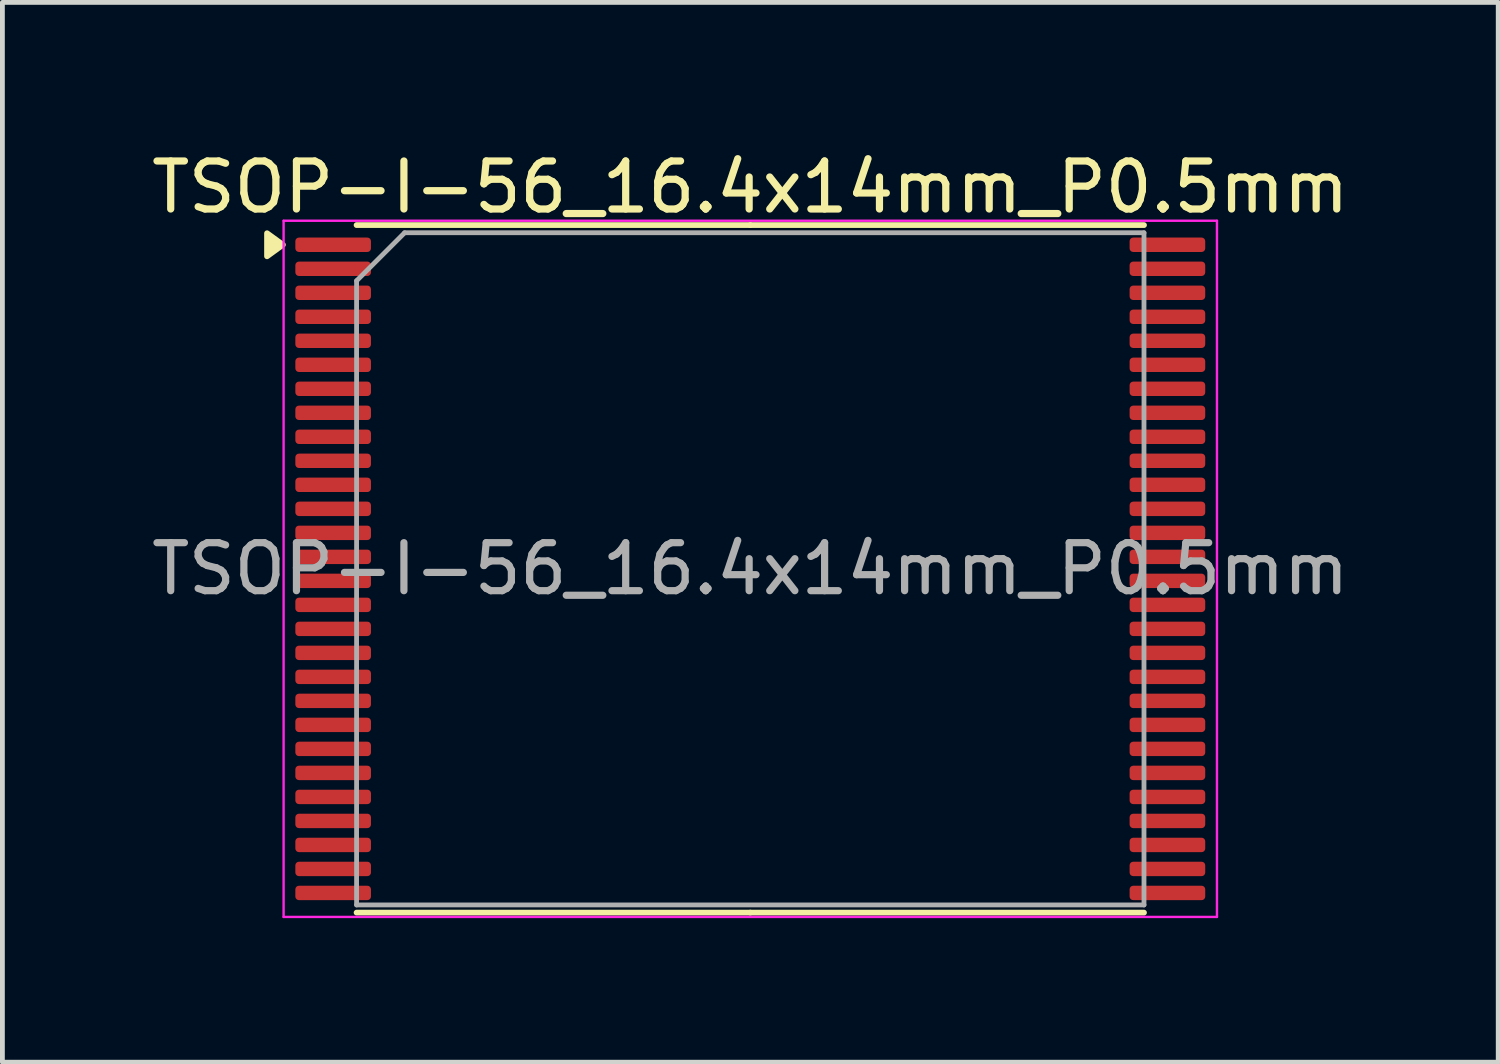
<source format=kicad_pcb>
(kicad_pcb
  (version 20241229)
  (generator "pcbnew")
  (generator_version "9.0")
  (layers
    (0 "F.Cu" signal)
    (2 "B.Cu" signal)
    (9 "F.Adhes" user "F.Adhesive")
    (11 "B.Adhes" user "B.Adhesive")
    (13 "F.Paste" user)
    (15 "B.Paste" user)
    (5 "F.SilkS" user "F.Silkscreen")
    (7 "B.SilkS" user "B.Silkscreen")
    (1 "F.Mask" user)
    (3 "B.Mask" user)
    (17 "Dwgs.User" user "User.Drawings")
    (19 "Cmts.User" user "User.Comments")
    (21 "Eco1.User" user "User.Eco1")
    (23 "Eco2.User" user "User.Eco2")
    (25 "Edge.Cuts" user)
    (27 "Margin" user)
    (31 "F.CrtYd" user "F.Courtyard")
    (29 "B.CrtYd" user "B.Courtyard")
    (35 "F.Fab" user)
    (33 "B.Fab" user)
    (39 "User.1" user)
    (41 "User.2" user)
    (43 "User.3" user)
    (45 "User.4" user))
  (footprint "TSOP-I-56_16.4x14mm_P0.5mm"
    (layer "F.Cu")
    (at 12.577 8.798)
    (property "Reference" "TSOP-I-56_16.4x14mm_P0.5mm" (at 0 -7.95 0) (layer "F.SilkS") (effects (font (size 1 1) (thickness 0.15))))
    (attr smd)
    (fp_line (start 0 -7.16) (end -8.2 -7.16) (stroke (width 0.12) (type solid)) (layer "F.SilkS"))
    (fp_line (start 0 -7.16) (end 8.2 -7.16) (stroke (width 0.12) (type solid)) (layer "F.SilkS"))
    (fp_line (start 0 7.16) (end -8.2 7.16) (stroke (width 0.12) (type solid)) (layer "F.SilkS"))
    (fp_line (start 0 7.16) (end 8.2 7.16) (stroke (width 0.12) (type solid)) (layer "F.SilkS"))
    (fp_poly (pts (xy -9.735 -6.75) (xy -10.065 -6.51) (xy -10.065 -6.99) (xy -9.735 -6.75)) (stroke (width 0.12) (type solid)) (fill yes) (layer "F.SilkS"))
    (fp_line (start -9.72 -7.25) (end -9.72 7.25) (stroke (width 0.05) (type solid)) (layer "F.CrtYd"))
    (fp_line (start -9.72 7.25) (end 9.72 7.25) (stroke (width 0.05) (type solid)) (layer "F.CrtYd"))
    (fp_line (start 9.72 -7.25) (end -9.72 -7.25) (stroke (width 0.05) (type solid)) (layer "F.CrtYd"))
    (fp_line (start 9.72 7.25) (end 9.72 -7.25) (stroke (width 0.05) (type solid)) (layer "F.CrtYd"))
    (fp_line (start -8.2 -6) (end -7.2 -7) (stroke (width 0.1) (type solid)) (layer "F.Fab"))
    (fp_line (start -8.2 7) (end -8.2 -6) (stroke (width 0.1) (type solid)) (layer "F.Fab"))
    (fp_line (start -7.2 -7) (end 8.2 -7) (stroke (width 0.1) (type solid)) (layer "F.Fab"))
    (fp_line (start 8.2 -7) (end 8.2 7) (stroke (width 0.1) (type solid)) (layer "F.Fab"))
    (fp_line (start 8.2 7) (end -8.2 7) (stroke (width 0.1) (type solid)) (layer "F.Fab"))
    (fp_text user "${REFERENCE}" (at 0 0 0) (layer "F.Fab") (effects (font (size 1 1) (thickness 0.15))))
    (pad "1" smd roundrect (at -8.688 -6.75) (size 1.575 0.3) (layers "F.Cu" "F.Mask" "F.Paste") (roundrect_rratio 0.25))
    (pad "2" smd roundrect (at -8.688 -6.25) (size 1.575 0.3) (layers "F.Cu" "F.Mask" "F.Paste") (roundrect_rratio 0.25))
    (pad "3" smd roundrect (at -8.688 -5.75) (size 1.575 0.3) (layers "F.Cu" "F.Mask" "F.Paste") (roundrect_rratio 0.25))
    (pad "4" smd roundrect (at -8.688 -5.25) (size 1.575 0.3) (layers "F.Cu" "F.Mask" "F.Paste") (roundrect_rratio 0.25))
    (pad "5" smd roundrect (at -8.688 -4.75) (size 1.575 0.3) (layers "F.Cu" "F.Mask" "F.Paste") (roundrect_rratio 0.25))
    (pad "6" smd roundrect (at -8.688 -4.25) (size 1.575 0.3) (layers "F.Cu" "F.Mask" "F.Paste") (roundrect_rratio 0.25))
    (pad "7" smd roundrect (at -8.688 -3.75) (size 1.575 0.3) (layers "F.Cu" "F.Mask" "F.Paste") (roundrect_rratio 0.25))
    (pad "8" smd roundrect (at -8.688 -3.25) (size 1.575 0.3) (layers "F.Cu" "F.Mask" "F.Paste") (roundrect_rratio 0.25))
    (pad "9" smd roundrect (at -8.688 -2.75) (size 1.575 0.3) (layers "F.Cu" "F.Mask" "F.Paste") (roundrect_rratio 0.25))
    (pad "10" smd roundrect (at -8.688 -2.25) (size 1.575 0.3) (layers "F.Cu" "F.Mask" "F.Paste") (roundrect_rratio 0.25))
    (pad "11" smd roundrect (at -8.688 -1.75) (size 1.575 0.3) (layers "F.Cu" "F.Mask" "F.Paste") (roundrect_rratio 0.25))
    (pad "12" smd roundrect (at -8.688 -1.25) (size 1.575 0.3) (layers "F.Cu" "F.Mask" "F.Paste") (roundrect_rratio 0.25))
    (pad "13" smd roundrect (at -8.688 -0.75) (size 1.575 0.3) (layers "F.Cu" "F.Mask" "F.Paste") (roundrect_rratio 0.25))
    (pad "14" smd roundrect (at -8.688 -0.25) (size 1.575 0.3) (layers "F.Cu" "F.Mask" "F.Paste") (roundrect_rratio 0.25))
    (pad "15" smd roundrect (at -8.688 0.25) (size 1.575 0.3) (layers "F.Cu" "F.Mask" "F.Paste") (roundrect_rratio 0.25))
    (pad "16" smd roundrect (at -8.688 0.75) (size 1.575 0.3) (layers "F.Cu" "F.Mask" "F.Paste") (roundrect_rratio 0.25))
    (pad "17" smd roundrect (at -8.688 1.25) (size 1.575 0.3) (layers "F.Cu" "F.Mask" "F.Paste") (roundrect_rratio 0.25))
    (pad "18" smd roundrect (at -8.688 1.75) (size 1.575 0.3) (layers "F.Cu" "F.Mask" "F.Paste") (roundrect_rratio 0.25))
    (pad "19" smd roundrect (at -8.688 2.25) (size 1.575 0.3) (layers "F.Cu" "F.Mask" "F.Paste") (roundrect_rratio 0.25))
    (pad "20" smd roundrect (at -8.688 2.75) (size 1.575 0.3) (layers "F.Cu" "F.Mask" "F.Paste") (roundrect_rratio 0.25))
    (pad "21" smd roundrect (at -8.688 3.25) (size 1.575 0.3) (layers "F.Cu" "F.Mask" "F.Paste") (roundrect_rratio 0.25))
    (pad "22" smd roundrect (at -8.688 3.75) (size 1.575 0.3) (layers "F.Cu" "F.Mask" "F.Paste") (roundrect_rratio 0.25))
    (pad "23" smd roundrect (at -8.688 4.25) (size 1.575 0.3) (layers "F.Cu" "F.Mask" "F.Paste") (roundrect_rratio 0.25))
    (pad "24" smd roundrect (at -8.688 4.75) (size 1.575 0.3) (layers "F.Cu" "F.Mask" "F.Paste") (roundrect_rratio 0.25))
    (pad "25" smd roundrect (at -8.688 5.25) (size 1.575 0.3) (layers "F.Cu" "F.Mask" "F.Paste") (roundrect_rratio 0.25))
    (pad "26" smd roundrect (at -8.688 5.75) (size 1.575 0.3) (layers "F.Cu" "F.Mask" "F.Paste") (roundrect_rratio 0.25))
    (pad "27" smd roundrect (at -8.688 6.25) (size 1.575 0.3) (layers "F.Cu" "F.Mask" "F.Paste") (roundrect_rratio 0.25))
    (pad "28" smd roundrect (at -8.688 6.75) (size 1.575 0.3) (layers "F.Cu" "F.Mask" "F.Paste") (roundrect_rratio 0.25))
    (pad "29" smd roundrect (at 8.688 6.75) (size 1.575 0.3) (layers "F.Cu" "F.Mask" "F.Paste") (roundrect_rratio 0.25))
    (pad "30" smd roundrect (at 8.688 6.25) (size 1.575 0.3) (layers "F.Cu" "F.Mask" "F.Paste") (roundrect_rratio 0.25))
    (pad "31" smd roundrect (at 8.688 5.75) (size 1.575 0.3) (layers "F.Cu" "F.Mask" "F.Paste") (roundrect_rratio 0.25))
    (pad "32" smd roundrect (at 8.688 5.25) (size 1.575 0.3) (layers "F.Cu" "F.Mask" "F.Paste") (roundrect_rratio 0.25))
    (pad "33" smd roundrect (at 8.688 4.75) (size 1.575 0.3) (layers "F.Cu" "F.Mask" "F.Paste") (roundrect_rratio 0.25))
    (pad "34" smd roundrect (at 8.688 4.25) (size 1.575 0.3) (layers "F.Cu" "F.Mask" "F.Paste") (roundrect_rratio 0.25))
    (pad "35" smd roundrect (at 8.688 3.75) (size 1.575 0.3) (layers "F.Cu" "F.Mask" "F.Paste") (roundrect_rratio 0.25))
    (pad "36" smd roundrect (at 8.688 3.25) (size 1.575 0.3) (layers "F.Cu" "F.Mask" "F.Paste") (roundrect_rratio 0.25))
    (pad "37" smd roundrect (at 8.688 2.75) (size 1.575 0.3) (layers "F.Cu" "F.Mask" "F.Paste") (roundrect_rratio 0.25))
    (pad "38" smd roundrect (at 8.688 2.25) (size 1.575 0.3) (layers "F.Cu" "F.Mask" "F.Paste") (roundrect_rratio 0.25))
    (pad "39" smd roundrect (at 8.688 1.75) (size 1.575 0.3) (layers "F.Cu" "F.Mask" "F.Paste") (roundrect_rratio 0.25))
    (pad "40" smd roundrect (at 8.688 1.25) (size 1.575 0.3) (layers "F.Cu" "F.Mask" "F.Paste") (roundrect_rratio 0.25))
    (pad "41" smd roundrect (at 8.688 0.75) (size 1.575 0.3) (layers "F.Cu" "F.Mask" "F.Paste") (roundrect_rratio 0.25))
    (pad "42" smd roundrect (at 8.688 0.25) (size 1.575 0.3) (layers "F.Cu" "F.Mask" "F.Paste") (roundrect_rratio 0.25))
    (pad "43" smd roundrect (at 8.688 -0.25) (size 1.575 0.3) (layers "F.Cu" "F.Mask" "F.Paste") (roundrect_rratio 0.25))
    (pad "44" smd roundrect (at 8.688 -0.75) (size 1.575 0.3) (layers "F.Cu" "F.Mask" "F.Paste") (roundrect_rratio 0.25))
    (pad "45" smd roundrect (at 8.688 -1.25) (size 1.575 0.3) (layers "F.Cu" "F.Mask" "F.Paste") (roundrect_rratio 0.25))
    (pad "46" smd roundrect (at 8.688 -1.75) (size 1.575 0.3) (layers "F.Cu" "F.Mask" "F.Paste") (roundrect_rratio 0.25))
    (pad "47" smd roundrect (at 8.688 -2.25) (size 1.575 0.3) (layers "F.Cu" "F.Mask" "F.Paste") (roundrect_rratio 0.25))
    (pad "48" smd roundrect (at 8.688 -2.75) (size 1.575 0.3) (layers "F.Cu" "F.Mask" "F.Paste") (roundrect_rratio 0.25))
    (pad "49" smd roundrect (at 8.688 -3.25) (size 1.575 0.3) (layers "F.Cu" "F.Mask" "F.Paste") (roundrect_rratio 0.25))
    (pad "50" smd roundrect (at 8.688 -3.75) (size 1.575 0.3) (layers "F.Cu" "F.Mask" "F.Paste") (roundrect_rratio 0.25))
    (pad "51" smd roundrect (at 8.688 -4.25) (size 1.575 0.3) (layers "F.Cu" "F.Mask" "F.Paste") (roundrect_rratio 0.25))
    (pad "52" smd roundrect (at 8.688 -4.75) (size 1.575 0.3) (layers "F.Cu" "F.Mask" "F.Paste") (roundrect_rratio 0.25))
    (pad "53" smd roundrect (at 8.688 -5.25) (size 1.575 0.3) (layers "F.Cu" "F.Mask" "F.Paste") (roundrect_rratio 0.25))
    (pad "54" smd roundrect (at 8.688 -5.75) (size 1.575 0.3) (layers "F.Cu" "F.Mask" "F.Paste") (roundrect_rratio 0.25))
    (pad "55" smd roundrect (at 8.688 -6.25) (size 1.575 0.3) (layers "F.Cu" "F.Mask" "F.Paste") (roundrect_rratio 0.25))
    (pad "56" smd roundrect (at 8.688 -6.75) (size 1.575 0.3) (layers "F.Cu" "F.Mask" "F.Paste") (roundrect_rratio 0.25)))
  (gr_rect
    (start -3 -3)
    (end 28.155 19.073)
    (stroke (width 0.1) (type default))
    (fill no)
    (layer "Edge.Cuts")))
</source>
